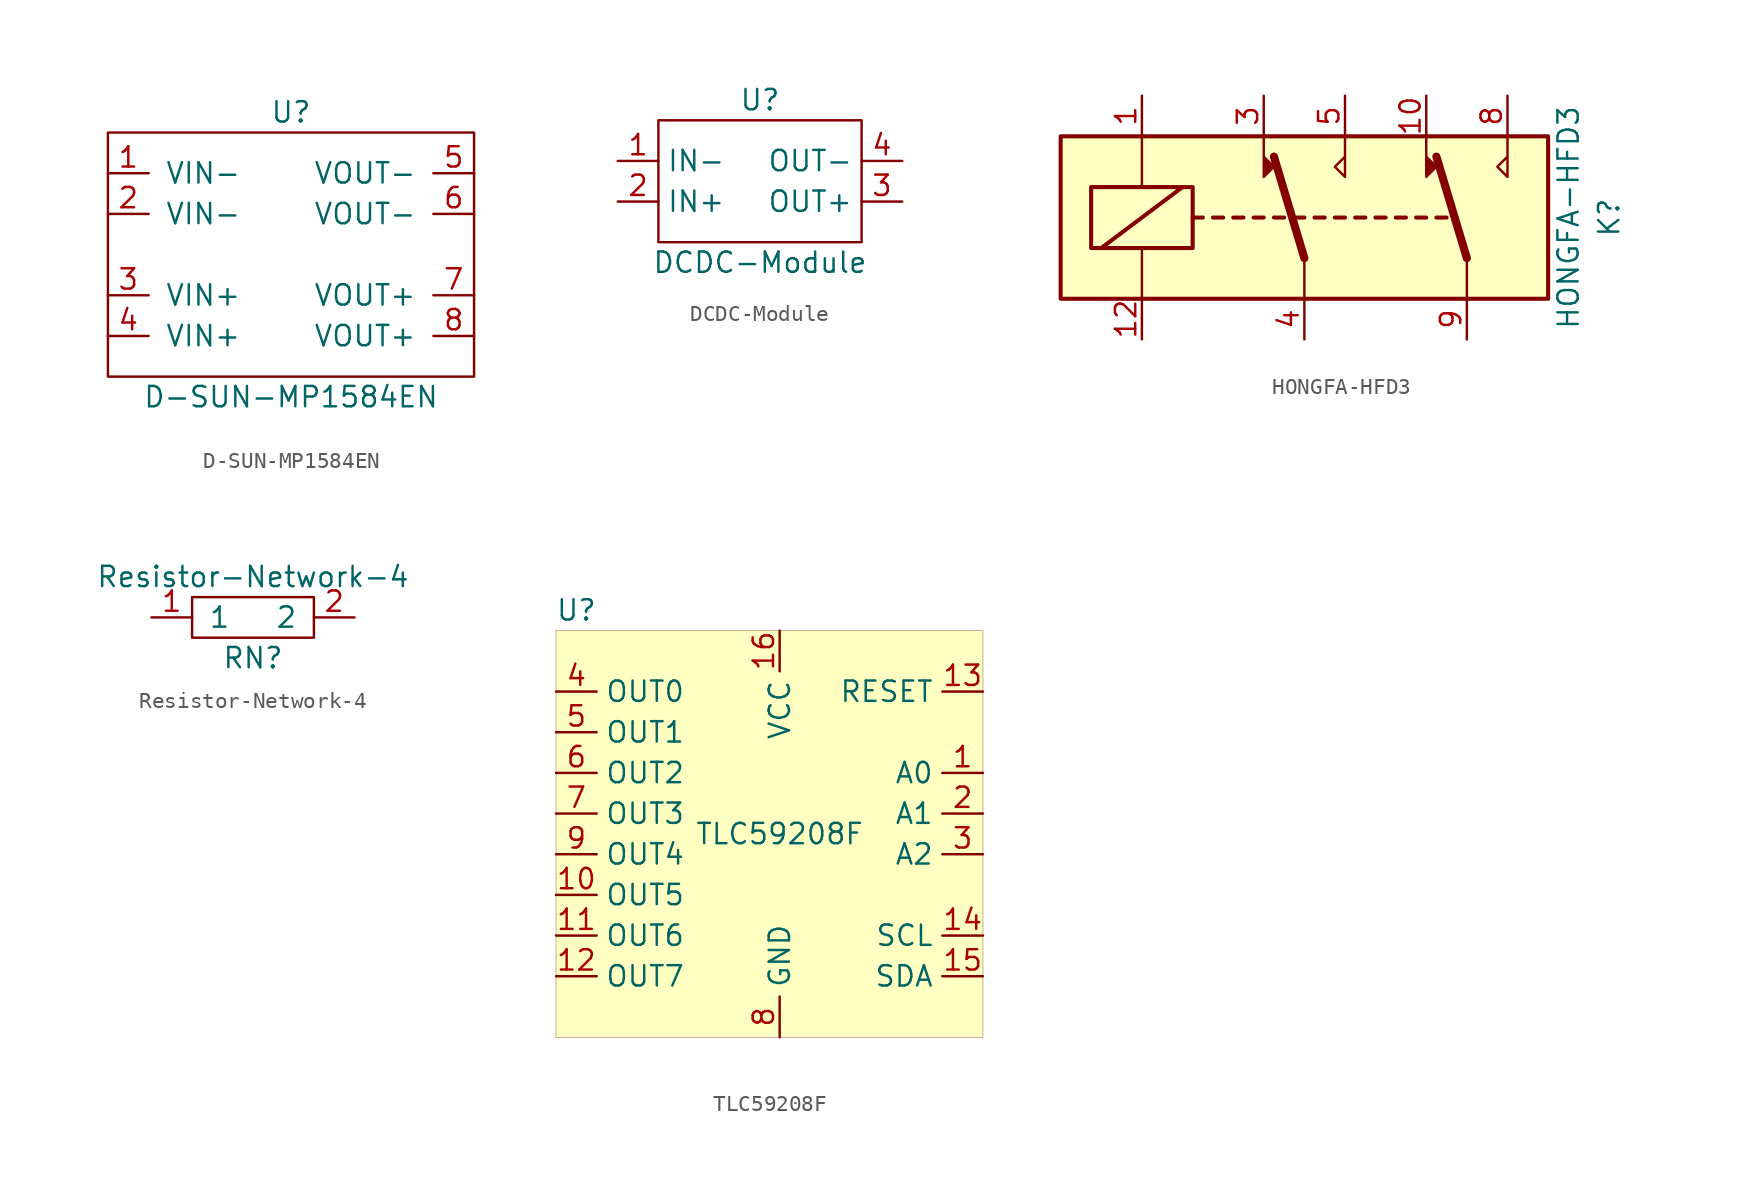
<source format=kicad_sym>
(kicad_symbol_lib
  (version 20220126)
  (generator kicad_symbol_editor)
  (symbol "D-SUN-MP1584EN"
    (pin_names
      (offset 1.016))
    (property "Reference" "U"
      (at 0 8.89 0)
      (effects (font (size 1.27 1.27))))
    (property "Value" "D-SUN-MP1584EN"
      (at 0 -8.89 0)
      (effects (font (size 1.27 1.27))))
    (symbol "D-SUN-MP1584EN_0_1"
      (rectangle (start -11.43 7.62) (end 11.43 -7.62) (stroke (width 0) (type default)) (fill (type none))))
    (symbol "D-SUN-MP1584EN_1_1"
      (pin input line (at -11.43 5.08 0) (length 2.54) (name "VIN-" (effects (font (size 1.27 1.27)))) (number "1" (effects (font (size 1.27 1.27)))))
      (pin input line (at -11.43 2.54 0) (length 2.54) (name "VIN-" (effects (font (size 1.27 1.27)))) (number "2" (effects (font (size 1.27 1.27)))))
      (pin input line (at -11.43 -2.54 0) (length 2.54) (name "VIN+" (effects (font (size 1.27 1.27)))) (number "3" (effects (font (size 1.27 1.27)))))
      (pin input line (at -11.43 -5.08 0) (length 2.54) (name "VIN+" (effects (font (size 1.27 1.27)))) (number "4" (effects (font (size 1.27 1.27)))))
      (pin input line (at 11.43 5.08 180) (length 2.54) (name "VOUT-" (effects (font (size 1.27 1.27)))) (number "5" (effects (font (size 1.27 1.27)))))
      (pin input line (at 11.43 2.54 180) (length 2.54) (name "VOUT-" (effects (font (size 1.27 1.27)))) (number "6" (effects (font (size 1.27 1.27)))))
      (pin input line (at 11.43 -2.54 180) (length 2.54) (name "VOUT+" (effects (font (size 1.27 1.27)))) (number "7" (effects (font (size 1.27 1.27)))))
      (pin input line (at 11.43 -5.08 180) (length 2.54) (name "VOUT+" (effects (font (size 1.27 1.27)))) (number "8" (effects (font (size 1.27 1.27)))))))
  (symbol "DCDC-Module"
    (property "Reference" "U"
      (at 0 5.08 0)
      (effects (font (size 1.27 1.27))))
    (property "Value" "DCDC-Module"
      (at 0 -5.08 0)
      (effects (font (size 1.27 1.27))))
    (symbol "DCDC-Module_0_1"
      (rectangle (start -6.35 3.81) (end 6.35 -3.81) (stroke (width 0.152) (type default)) (fill (type none))))
    (symbol "DCDC-Module_1_1"
      (pin power_in line (at -8.89 1.27 0) (length 2.54) (name "IN-" (effects (font (size 1.27 1.27)))) (number "1" (effects (font (size 1.27 1.27)))))
      (pin power_in line (at -8.89 -1.27 0) (length 2.54) (name "IN+" (effects (font (size 1.27 1.27)))) (number "2" (effects (font (size 1.27 1.27)))))
      (pin power_out line (at 8.89 -1.27 180) (length 2.54) (name "OUT+" (effects (font (size 1.27 1.27)))) (number "3" (effects (font (size 1.27 1.27)))))
      (pin power_out line (at 8.89 1.27 180) (length 2.54) (name "OUT-" (effects (font (size 1.27 1.27)))) (number "4" (effects (font (size 1.27 1.27)))))))
  (symbol "HONGFA-HFD3"
    (property "Reference" "K"
      (at 19.05 0 90)
      (effects (font (size 1.27 1.27))))
    (property "Value" "HONGFA-HFD3"
      (at 16.51 0 90)
      (effects (font (size 1.27 1.27))))
    (symbol "HONGFA-HFD3_0_0"
      (polyline (pts (xy -2.54 5.08) (xy -2.54 2.54) (xy -1.905 3.175) (xy -2.54 3.81)) (stroke (width 0) (type default)) (fill (type outline)))
      (polyline (pts (xy 2.54 5.08) (xy 2.54 2.54) (xy 1.905 3.175) (xy 2.54 3.81)) (stroke (width 0) (type default)) (fill (type none)))
      (polyline (pts (xy 7.62 5.08) (xy 7.62 2.54) (xy 8.255 3.175) (xy 7.62 3.81)) (stroke (width 0) (type default)) (fill (type outline)))
      (polyline (pts (xy 12.7 5.08) (xy 12.7 2.54) (xy 12.065 3.175) (xy 12.7 3.81)) (stroke (width 0) (type default)) (fill (type none))))
    (symbol "HONGFA-HFD3_0_1"
      (rectangle (start -15.24 5.08) (end 15.24 -5.08) (stroke (width 0.254) (type default)) (fill (type background)))
      (rectangle (start -13.335 1.905) (end -6.985 -1.905) (stroke (width 0.254) (type default)) (fill (type none)))
      (polyline (pts (xy -12.7 -1.905) (xy -7.62 1.905)) (stroke (width 0.254) (type default)) (fill (type none)))
      (polyline (pts (xy -10.16 -5.08) (xy -10.16 -1.905)) (stroke (width 0) (type default)) (fill (type none)))
      (polyline (pts (xy -10.16 5.08) (xy -10.16 1.905)) (stroke (width 0) (type default)) (fill (type none)))
      (polyline (pts (xy -6.985 0) (xy -6.35 0)) (stroke (width 0.254) (type default)) (fill (type none)))
      (polyline (pts (xy -5.715 0) (xy -5.08 0)) (stroke (width 0.254) (type default)) (fill (type none)))
      (polyline (pts (xy -4.445 0) (xy -3.81 0)) (stroke (width 0.254) (type default)) (fill (type none)))
      (polyline (pts (xy -3.175 0) (xy -2.54 0)) (stroke (width 0.254) (type default)) (fill (type none)))
      (polyline (pts (xy -1.905 0) (xy -1.27 0)) (stroke (width 0.254) (type default)) (fill (type none)))
      (polyline (pts (xy -0.635 0) (xy 0 0)) (stroke (width 0.254) (type default)) (fill (type none)))
      (polyline (pts (xy 0 -2.54) (xy -1.905 3.81)) (stroke (width 0.508) (type default)) (fill (type none)))
      (polyline (pts (xy 0 -2.54) (xy 0 -5.08)) (stroke (width 0) (type default)) (fill (type none)))
      (polyline (pts (xy 0.635 0) (xy 1.27 0)) (stroke (width 0.254) (type default)) (fill (type none)))
      (polyline (pts (xy 1.905 0) (xy 2.54 0)) (stroke (width 0.254) (type default)) (fill (type none)))
      (polyline (pts (xy 3.175 0) (xy 3.81 0)) (stroke (width 0.254) (type default)) (fill (type none)))
      (polyline (pts (xy 4.445 0) (xy 5.08 0)) (stroke (width 0.254) (type default)) (fill (type none)))
      (polyline (pts (xy 5.715 0) (xy 6.35 0)) (stroke (width 0.254) (type default)) (fill (type none)))
      (polyline (pts (xy 6.985 0) (xy 7.62 0)) (stroke (width 0.254) (type default)) (fill (type none)))
      (polyline (pts (xy 8.255 0) (xy 8.89 0)) (stroke (width 0.254) (type default)) (fill (type none)))
      (polyline (pts (xy 10.16 -2.54) (xy 8.255 3.81)) (stroke (width 0.508) (type default)) (fill (type none)))
      (polyline (pts (xy 10.16 -2.54) (xy 10.16 -5.08)) (stroke (width 0) (type default)) (fill (type none))))
    (symbol "HONGFA-HFD3_1_1"
      (pin passive line (at -10.16 7.62 270) (length 2.54) (name "~" (effects (font (size 1.27 1.27)))) (number "1" (effects (font (size 1.27 1.27)))))
      (pin passive line (at 7.62 7.62 270) (length 2.54) (name "~" (effects (font (size 1.27 1.27)))) (number "10" (effects (font (size 1.27 1.27)))))
      (pin passive line (at -10.16 -7.62 90) (length 2.54) (name "~" (effects (font (size 1.27 1.27)))) (number "12" (effects (font (size 1.27 1.27)))))
      (pin passive line (at -2.54 7.62 270) (length 2.54) (name "~" (effects (font (size 1.27 1.27)))) (number "3" (effects (font (size 1.27 1.27)))))
      (pin passive line (at 0 -7.62 90) (length 2.54) (name "~" (effects (font (size 1.27 1.27)))) (number "4" (effects (font (size 1.27 1.27)))))
      (pin passive line (at 2.54 7.62 270) (length 2.54) (name "~" (effects (font (size 1.27 1.27)))) (number "5" (effects (font (size 1.27 1.27)))))
      (pin passive line (at 12.7 7.62 270) (length 2.54) (name "~" (effects (font (size 1.27 1.27)))) (number "8" (effects (font (size 1.27 1.27)))))
      (pin passive line (at 10.16 -7.62 90) (length 2.54) (name "~" (effects (font (size 1.27 1.27)))) (number "9" (effects (font (size 1.27 1.27)))))))
  (symbol "Resistor-Network-4"
    (pin_names
      (offset 1.016))
    (property "Reference" "RN"
      (at 0 -2.54 0)
      (effects (font (size 1.27 1.27))))
    (property "Value" "Resistor-Network-4"
      (at 0 2.54 0)
      (effects (font (size 1.27 1.27))))
    (symbol "Resistor-Network-4_0_0"
      (pin bidirectional line (at -6.35 0 0) (length 2.54) (name "1" (effects (font (size 1.27 1.27)))) (number "1" (effects (font (size 1.27 1.27)))))
      (pin bidirectional line (at 6.35 0 180) (length 2.54) (name "2" (effects (font (size 1.27 1.27)))) (number "2" (effects (font (size 1.27 1.27))))))
    (symbol "Resistor-Network-4_0_1"
      (rectangle (start -3.81 1.27) (end 3.81 -1.27) (stroke (width 0) (type default)) (fill (type none)))))
  (symbol "TLC59208F"
    (property "Reference" "U"
      (at -12.7 13.97 0)
      (effects (font (size 1.27 1.27))))
    (property "Value" "TLC59208F"
      (at 0 0 0)
      (effects (font (size 1.27 1.27))))
    (symbol "TLC59208F_0_1"
      (rectangle (start -13.97 12.7) (end 12.7 -12.7) (stroke (width 0.001) (type default)) (fill (type background))))
    (symbol "TLC59208F_1_1"
      (pin input line (at 12.7 3.81 180) (length 2.54) (name "A0" (effects (font (size 1.27 1.27)))) (number "1" (effects (font (size 1.27 1.27)))))
      (pin input line (at -13.97 -3.81 0) (length 2.54) (name "OUT5" (effects (font (size 1.27 1.27)))) (number "10" (effects (font (size 1.27 1.27)))))
      (pin input line (at -13.97 -6.35 0) (length 2.54) (name "OUT6" (effects (font (size 1.27 1.27)))) (number "11" (effects (font (size 1.27 1.27)))))
      (pin input line (at -13.97 -8.89 0) (length 2.54) (name "OUT7" (effects (font (size 1.27 1.27)))) (number "12" (effects (font (size 1.27 1.27)))))
      (pin input line (at 12.7 8.89 180) (length 2.54) (name "RESET" (effects (font (size 1.27 1.27)))) (number "13" (effects (font (size 1.27 1.27)))))
      (pin input line (at 12.7 -6.35 180) (length 2.54) (name "SCL" (effects (font (size 1.27 1.27)))) (number "14" (effects (font (size 1.27 1.27)))))
      (pin input line (at 12.7 -8.89 180) (length 2.54) (name "SDA" (effects (font (size 1.27 1.27)))) (number "15" (effects (font (size 1.27 1.27)))))
      (pin input line (at 0 12.7 270) (length 2.54) (name "VCC" (effects (font (size 1.27 1.27)))) (number "16" (effects (font (size 1.27 1.27)))))
      (pin input line (at 12.7 1.27 180) (length 2.54) (name "A1" (effects (font (size 1.27 1.27)))) (number "2" (effects (font (size 1.27 1.27)))))
      (pin input line (at 12.7 -1.27 180) (length 2.54) (name "A2" (effects (font (size 1.27 1.27)))) (number "3" (effects (font (size 1.27 1.27)))))
      (pin input line (at -13.97 8.89 0) (length 2.54) (name "OUT0" (effects (font (size 1.27 1.27)))) (number "4" (effects (font (size 1.27 1.27)))))
      (pin input line (at -13.97 6.35 0) (length 2.54) (name "OUT1" (effects (font (size 1.27 1.27)))) (number "5" (effects (font (size 1.27 1.27)))))
      (pin input line (at -13.97 3.81 0) (length 2.54) (name "OUT2" (effects (font (size 1.27 1.27)))) (number "6" (effects (font (size 1.27 1.27)))))
      (pin input line (at -13.97 1.27 0) (length 2.54) (name "OUT3" (effects (font (size 1.27 1.27)))) (number "7" (effects (font (size 1.27 1.27)))))
      (pin input line (at 0 -12.7 90) (length 2.54) (name "GND" (effects (font (size 1.27 1.27)))) (number "8" (effects (font (size 1.27 1.27)))))
      (pin input line (at -13.97 -1.27 0) (length 2.54) (name "OUT4" (effects (font (size 1.27 1.27)))) (number "9" (effects (font (size 1.27 1.27))))))))
</source>
